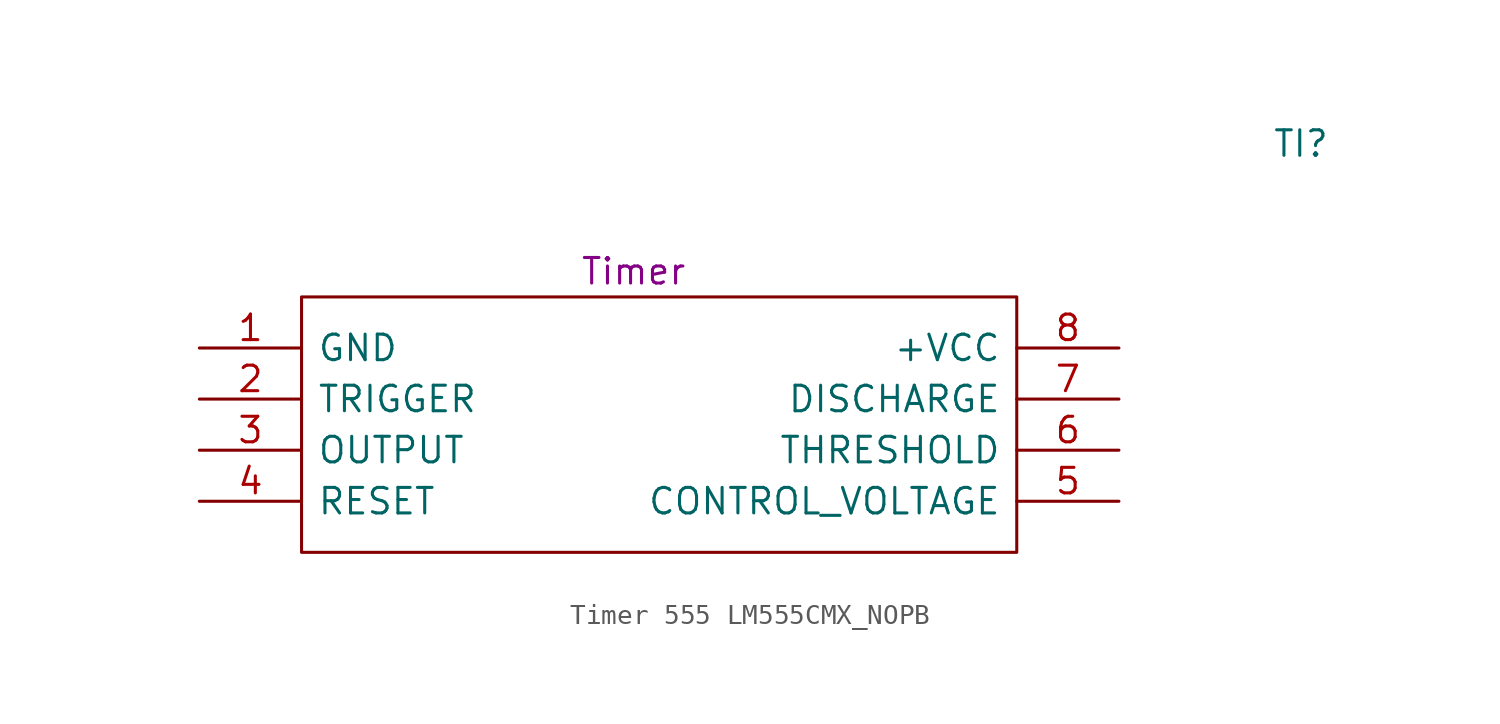
<source format=kicad_sym>
(kicad_symbol_lib
  (version 20220914)
  (generator kicad_symbol_editor)
  (symbol "Timer 555 LM555CMX_NOPB"
    (pin_names
      (offset 0.762))
    (property "Reference" "TI"
      (at 53.34 10.16 0)
      (effects (font (size 1.27 1.27)) (justify left)))
    (property "Render Name" "Timer"
      (at 21.59 3.81 0)
      (effects (font (size 1.27 1.27))))
    (symbol "Timer 555 LM555CMX_NOPB_0_0"
      (pin passive line (at 0 0 0) (length 5.08) (name "GND" (effects (font (size 1.27 1.27)))) (number "1" (effects (font (size 1.27 1.27)))))
      (pin passive line (at 0 -2.54 0) (length 5.08) (name "TRIGGER" (effects (font (size 1.27 1.27)))) (number "2" (effects (font (size 1.27 1.27)))))
      (pin passive line (at 0 -5.08 0) (length 5.08) (name "OUTPUT" (effects (font (size 1.27 1.27)))) (number "3" (effects (font (size 1.27 1.27)))))
      (pin passive line (at 0 -7.62 0) (length 5.08) (name "RESET" (effects (font (size 1.27 1.27)))) (number "4" (effects (font (size 1.27 1.27)))))
      (pin passive line (at 45.72 -7.62 180) (length 5.08) (name "CONTROL_VOLTAGE" (effects (font (size 1.27 1.27)))) (number "5" (effects (font (size 1.27 1.27)))))
      (pin passive line (at 45.72 -5.08 180) (length 5.08) (name "THRESHOLD" (effects (font (size 1.27 1.27)))) (number "6" (effects (font (size 1.27 1.27)))))
      (pin passive line (at 45.72 -2.54 180) (length 5.08) (name "DISCHARGE" (effects (font (size 1.27 1.27)))) (number "7" (effects (font (size 1.27 1.27)))))
      (pin passive line (at 45.72 0 180) (length 5.08) (name "+VCC" (effects (font (size 1.27 1.27)))) (number "8" (effects (font (size 1.27 1.27))))))
    (symbol "Timer 555 LM555CMX_NOPB_0_1"
      (polyline (pts (xy 5.08 2.54) (xy 40.64 2.54) (xy 40.64 -10.16) (xy 5.08 -10.16) (xy 5.08 2.54)) (stroke (width 0.152) (type default)) (fill (type none))))))
</source>
